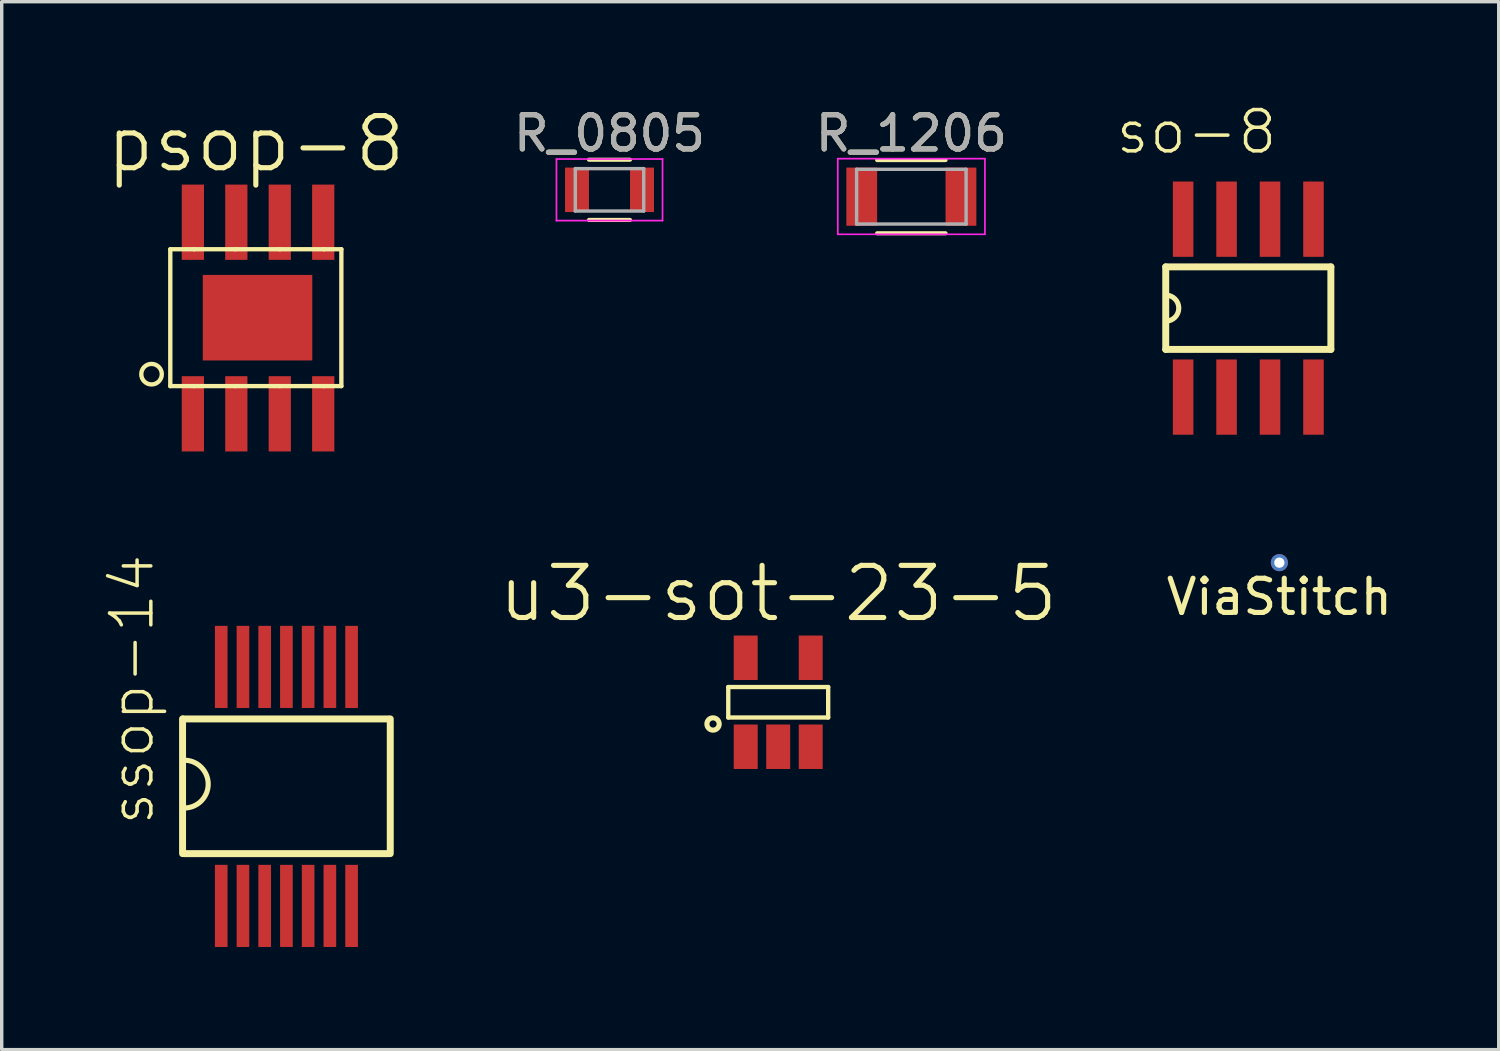
<source format=kicad_pcb>
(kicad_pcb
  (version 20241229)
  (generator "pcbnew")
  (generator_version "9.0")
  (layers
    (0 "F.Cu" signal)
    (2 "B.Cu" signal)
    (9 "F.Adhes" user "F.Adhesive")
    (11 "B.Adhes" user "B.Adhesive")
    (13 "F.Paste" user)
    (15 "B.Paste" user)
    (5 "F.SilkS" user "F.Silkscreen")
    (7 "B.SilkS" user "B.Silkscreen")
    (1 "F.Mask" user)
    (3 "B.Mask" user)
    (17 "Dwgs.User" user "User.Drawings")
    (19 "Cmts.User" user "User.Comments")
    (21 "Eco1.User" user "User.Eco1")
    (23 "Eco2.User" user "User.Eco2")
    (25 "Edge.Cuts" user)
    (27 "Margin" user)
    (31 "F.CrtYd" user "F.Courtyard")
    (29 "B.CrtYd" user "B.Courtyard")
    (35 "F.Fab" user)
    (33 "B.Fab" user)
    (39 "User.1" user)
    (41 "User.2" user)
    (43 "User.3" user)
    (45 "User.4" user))
  (footprint "R_0805"
    (layer "F.Cu")
    (at 14.764 2.498)
    (property "Reference" "R_0805" (at 0 -1.65 0) (layer "F.SilkS") (effects (font (size 1 1) (thickness 0.15))))
    (attr smd)
    (fp_line (start -0.6 -0.88) (end 0.6 -0.88) (stroke (width 0.12) (type solid)) (layer "F.SilkS"))
    (fp_line (start 0.6 0.88) (end -0.6 0.88) (stroke (width 0.12) (type solid)) (layer "F.SilkS"))
    (fp_line (start -1.55 -0.9) (end -1.55 0.9) (stroke (width 0.05) (type solid)) (layer "F.CrtYd"))
    (fp_line (start -1.55 -0.9) (end 1.55 -0.9) (stroke (width 0.05) (type solid)) (layer "F.CrtYd"))
    (fp_line (start 1.55 0.9) (end -1.55 0.9) (stroke (width 0.05) (type solid)) (layer "F.CrtYd"))
    (fp_line (start 1.55 0.9) (end 1.55 -0.9) (stroke (width 0.05) (type solid)) (layer "F.CrtYd"))
    (fp_line (start -1 -0.62) (end 1 -0.62) (stroke (width 0.1) (type solid)) (layer "F.Fab"))
    (fp_line (start -1 0.62) (end -1 -0.62) (stroke (width 0.1) (type solid)) (layer "F.Fab"))
    (fp_line (start 1 -0.62) (end 1 0.62) (stroke (width 0.1) (type solid)) (layer "F.Fab"))
    (fp_line (start 1 0.62) (end -1 0.62) (stroke (width 0.1) (type solid)) (layer "F.Fab"))
    (fp_text user "${REFERENCE}" (at 0 -1.65 0) (layer "F.Fab") (effects (font (size 1 1) (thickness 0.15))))
    (pad "1" smd rect (at -0.95 0) (size 0.7 1.3) (layers "F.Cu" "F.Mask" "F.Paste"))
    (pad "2" smd rect (at 0.95 0) (size 0.7 1.3) (layers "F.Cu" "F.Mask" "F.Paste")))
  (footprint "so-8"
    (layer "F.Cu")
    (at 33.434 5.956)
    (property "Reference" "so-8" (at -3.937 -4.445 180) (layer "F.SilkS") (effects (font (size 1.206 1.206) (thickness 0.102)) (justify left bottom)))
    (attr through_hole)
    (fp_line (start -2.413 -1.206) (end 2.413 -1.206) (stroke (width 0.203) (type solid)) (layer "F.SilkS"))
    (fp_line (start -2.413 1.206) (end -2.413 -1.206) (stroke (width 0.203) (type solid)) (layer "F.SilkS"))
    (fp_line (start 2.413 -1.206) (end 2.413 1.206) (stroke (width 0.203) (type solid)) (layer "F.SilkS"))
    (fp_line (start 2.413 1.206) (end -2.413 1.206) (stroke (width 0.203) (type solid)) (layer "F.SilkS"))
    (fp_arc (start -2.413 -0.381) (mid -2.032 0) (end -2.413 0.381) (stroke (width 0.15) (type solid)) (layer "F.SilkS"))
    (pad "1" smd rect (at -1.905 2.6) (size 0.6 2.2) (layers "F.Cu" "F.Mask" "F.Paste"))
    (pad "2" smd rect (at -0.635 2.6) (size 0.6 2.2) (layers "F.Cu" "F.Mask" "F.Paste"))
    (pad "3" smd rect (at 0.635 2.6) (size 0.6 2.2) (layers "F.Cu" "F.Mask" "F.Paste"))
    (pad "4" smd rect (at 1.905 2.6) (size 0.6 2.2) (layers "F.Cu" "F.Mask" "F.Paste"))
    (pad "5" smd rect (at 1.905 -2.6) (size 0.6 2.2) (layers "F.Cu" "F.Mask" "F.Paste"))
    (pad "6" smd rect (at 0.635 -2.6) (size 0.6 2.2) (layers "F.Cu" "F.Mask" "F.Paste"))
    (pad "7" smd rect (at -0.635 -2.6) (size 0.6 2.2) (layers "F.Cu" "F.Mask" "F.Paste"))
    (pad "8" smd rect (at -1.905 -2.6) (size 0.6 2.2) (layers "F.Cu" "F.Mask" "F.Paste")))
  (footprint "ViaStitch"
    (layer "F.Cu")
    (at 34.342 13.395)
    (property "Reference" "ViaStitch" (at 0 1 0) (layer "F.SilkS") (effects (font (size 1 1) (thickness 0.15))))
    (attr through_hole)
    (pad "" thru_hole circle (at 0 0) (size 0.5 0.5) (drill 0.3) (layers "*.Cu")))
  (footprint "R_1206"
    (layer "F.Cu")
    (at 23.586 2.698)
    (property "Reference" "R_1206" (at 0 -1.85 0) (layer "F.SilkS") (effects (font (size 1 1) (thickness 0.15))))
    (attr smd)
    (fp_line (start -1 -1.07) (end 1 -1.07) (stroke (width 0.12) (type solid)) (layer "F.SilkS"))
    (fp_line (start 1 1.07) (end -1 1.07) (stroke (width 0.12) (type solid)) (layer "F.SilkS"))
    (fp_line (start -2.15 -1.11) (end -2.15 1.1) (stroke (width 0.05) (type solid)) (layer "F.CrtYd"))
    (fp_line (start -2.15 -1.11) (end 2.15 -1.11) (stroke (width 0.05) (type solid)) (layer "F.CrtYd"))
    (fp_line (start 2.15 1.1) (end -2.15 1.1) (stroke (width 0.05) (type solid)) (layer "F.CrtYd"))
    (fp_line (start 2.15 1.1) (end 2.15 -1.11) (stroke (width 0.05) (type solid)) (layer "F.CrtYd"))
    (fp_line (start -1.6 -0.8) (end 1.6 -0.8) (stroke (width 0.1) (type solid)) (layer "F.Fab"))
    (fp_line (start -1.6 0.8) (end -1.6 -0.8) (stroke (width 0.1) (type solid)) (layer "F.Fab"))
    (fp_line (start 1.6 -0.8) (end 1.6 0.8) (stroke (width 0.1) (type solid)) (layer "F.Fab"))
    (fp_line (start 1.6 0.8) (end -1.6 0.8) (stroke (width 0.1) (type solid)) (layer "F.Fab"))
    (fp_text user "${REFERENCE}" (at 0 -1.85 0) (layer "F.Fab") (effects (font (size 1 1) (thickness 0.15))))
    (pad "1" smd rect (at -1.45 0) (size 0.9 1.7) (layers "F.Cu" "F.Mask" "F.Paste"))
    (pad "2" smd rect (at 1.45 0) (size 0.9 1.7) (layers "F.Cu" "F.Mask" "F.Paste")))
  (footprint "psop-8"
    (layer "F.Cu")
    (at 4.427 6.235)
    (property "Reference" "psop-8" (at 0 -5.08 0) (layer "F.SilkS") (effects (font (size 1.524 1.524) (thickness 0.15))))
    (attr through_hole)
    (fp_line (start -2.5 -2) (end -1.8 -2) (stroke (width 0.127) (type solid)) (layer "F.SilkS"))
    (fp_line (start -2.5 2) (end -2.5 -2) (stroke (width 0.127) (type solid)) (layer "F.SilkS"))
    (fp_line (start -1.8 -2) (end -0.6 -2) (stroke (width 0.127) (type solid)) (layer "F.SilkS"))
    (fp_line (start -1.8 2) (end -2.5 2) (stroke (width 0.127) (type solid)) (layer "F.SilkS"))
    (fp_line (start -0.6 -2) (end 0.7 -2) (stroke (width 0.127) (type solid)) (layer "F.SilkS"))
    (fp_line (start -0.6 2) (end -1.8 2) (stroke (width 0.127) (type solid)) (layer "F.SilkS"))
    (fp_line (start 0.7 -2) (end 2 -2) (stroke (width 0.127) (type solid)) (layer "F.SilkS"))
    (fp_line (start 0.7 2) (end -0.6 2) (stroke (width 0.127) (type solid)) (layer "F.SilkS"))
    (fp_line (start 2 -2) (end 2.5 -2) (stroke (width 0.127) (type solid)) (layer "F.SilkS"))
    (fp_line (start 2 2) (end 0.7 2) (stroke (width 0.127) (type solid)) (layer "F.SilkS"))
    (fp_line (start 2.5 -2) (end 2.5 2) (stroke (width 0.127) (type solid)) (layer "F.SilkS"))
    (fp_line (start 2.5 2) (end 2 2) (stroke (width 0.127) (type solid)) (layer "F.SilkS"))
    (fp_circle (center -3.048 1.651) (end -2.748 1.651) (stroke (width 0.127) (type solid)) (fill no) (layer "F.SilkS"))
    (pad "1" smd rect (at -1.84 2.81) (size 0.65 2.2) (layers "F.Cu" "F.Mask" "F.Paste"))
    (pad "2" smd rect (at -0.57 2.81) (size 0.65 2.2) (layers "F.Cu" "F.Mask" "F.Paste"))
    (pad "3" smd rect (at 0.7 2.81) (size 0.65 2.2) (layers "F.Cu" "F.Mask" "F.Paste"))
    (pad "4" smd rect (at 1.97 2.81) (size 0.65 2.2) (layers "F.Cu" "F.Mask" "F.Paste"))
    (pad "5" smd rect (at 1.97 -2.79) (size 0.65 2.2) (layers "F.Cu" "F.Mask" "F.Paste"))
    (pad "6" smd rect (at 0.7 -2.79) (size 0.65 2.2) (layers "F.Cu" "F.Mask" "F.Paste"))
    (pad "7" smd rect (at -0.57 -2.79) (size 0.65 2.2) (layers "F.Cu" "F.Mask" "F.Paste"))
    (pad "8" smd rect (at -1.84 -2.79) (size 0.65 2.2) (layers "F.Cu" "F.Mask" "F.Paste"))
    (pad "9" smd rect (at 0.05 0.000063 90) (size 2.5 3.2) (layers "F.Cu" "F.Mask" "F.Paste")))
  (footprint "ssop-14"
    (layer "F.Cu")
    (at 5.321 19.867)
    (property "Reference" "ssop-14" (at -3.81 1.27 90) (layer "F.SilkS") (effects (font (size 1.206 1.206) (thickness 0.102)) (justify left bottom)))
    (attr through_hole)
    (fp_line (start -3.035 2.032) (end -3.035 -1.905) (stroke (width 0.203) (type solid)) (layer "F.SilkS"))
    (fp_line (start -3.022 -1.905) (end 2.985 -1.905) (stroke (width 0.203) (type solid)) (layer "F.SilkS"))
    (fp_line (start 2.985 2.032) (end -2.985 2.032) (stroke (width 0.203) (type solid)) (layer "F.SilkS"))
    (fp_line (start 3.035 -1.905) (end 3.035 2.032) (stroke (width 0.203) (type solid)) (layer "F.SilkS"))
    (fp_arc (start -2.9845 -0.6985) (mid -2.286 0) (end -2.9845 0.6985) (stroke (width 0.15) (type solid)) (layer "F.SilkS"))
    (pad "1" smd rect (at -1.905 3.56 270) (size 2.4 0.37) (layers "F.Cu" "F.Mask" "F.Paste"))
    (pad "2" smd rect (at -1.27 3.56 270) (size 2.4 0.37) (layers "F.Cu" "F.Mask" "F.Paste"))
    (pad "3" smd rect (at -0.635 3.56 270) (size 2.4 0.37) (layers "F.Cu" "F.Mask" "F.Paste"))
    (pad "4" smd rect (at -0.000063 3.56 270) (size 2.4 0.37) (layers "F.Cu" "F.Mask" "F.Paste"))
    (pad "5" smd rect (at 0.635 3.56 270) (size 2.4 0.37) (layers "F.Cu" "F.Mask" "F.Paste"))
    (pad "6" smd rect (at 1.27 3.56 270) (size 2.4 0.37) (layers "F.Cu" "F.Mask" "F.Paste"))
    (pad "7" smd rect (at 1.905 3.56 270) (size 2.4 0.37) (layers "F.Cu" "F.Mask" "F.Paste"))
    (pad "8" smd rect (at 1.905 -3.425 90) (size 2.4 0.37) (layers "F.Cu" "F.Mask" "F.Paste"))
    (pad "9" smd rect (at 1.27 -3.425 90) (size 2.4 0.37) (layers "F.Cu" "F.Mask" "F.Paste"))
    (pad "10" smd rect (at 0.635 -3.425 90) (size 2.4 0.37) (layers "F.Cu" "F.Mask" "F.Paste"))
    (pad "11" smd rect (at -0.000063 -3.425 90) (size 2.4 0.37) (layers "F.Cu" "F.Mask" "F.Paste"))
    (pad "12" smd rect (at -0.635 -3.425 90) (size 2.4 0.37) (layers "F.Cu" "F.Mask" "F.Paste"))
    (pad "13" smd rect (at -1.27 -3.425 90) (size 2.4 0.37) (layers "F.Cu" "F.Mask" "F.Paste"))
    (pad "14" smd rect (at -1.905 -3.425 90) (size 2.4 0.37) (layers "F.Cu" "F.Mask" "F.Paste")))
  (footprint "u3-sot-23-5"
    (layer "F.Cu")
    (at 19.695 17.475)
    (property "Reference" "u3-sot-23-5" (at 0 -3.175 0) (layer "F.SilkS") (effects (font (size 1.524 1.524) (thickness 0.15))))
    (attr through_hole)
    (fp_line (start -1.46 -0.445) (end 1.46 -0.445) (stroke (width 0.127) (type solid)) (layer "F.SilkS"))
    (fp_line (start -1.46 0.445) (end -1.46 -0.445) (stroke (width 0.127) (type solid)) (layer "F.SilkS"))
    (fp_line (start 1.46 -0.445) (end 1.46 0.445) (stroke (width 0.127) (type solid)) (layer "F.SilkS"))
    (fp_line (start 1.46 0.445) (end -1.46 0.445) (stroke (width 0.127) (type solid)) (layer "F.SilkS"))
    (fp_circle (center -1.905 0.635) (end -1.778 0.762) (stroke (width 0.15) (type solid)) (fill no) (layer "F.SilkS"))
    (pad "1" smd rect (at -0.95 1.3) (size 0.7 1.3) (layers "F.Cu" "F.Mask" "F.Paste"))
    (pad "2" smd rect (at -0.000063 1.3) (size 0.7 1.3) (layers "F.Cu" "F.Mask" "F.Paste"))
    (pad "3" smd rect (at 0.95 1.3) (size 0.7 1.3) (layers "F.Cu" "F.Mask" "F.Paste"))
    (pad "4" smd rect (at 0.95 -1.3) (size 0.7 1.3) (layers "F.Cu" "F.Mask" "F.Paste"))
    (pad "5" smd rect (at -0.95 -1.3) (size 0.7 1.3) (layers "F.Cu" "F.Mask" "F.Paste")))
  (gr_rect
    (start -3 -3)
    (end 40.753 27.627)
    (stroke (width 0.1) (type default))
    (fill no)
    (layer "Edge.Cuts")))
</source>
